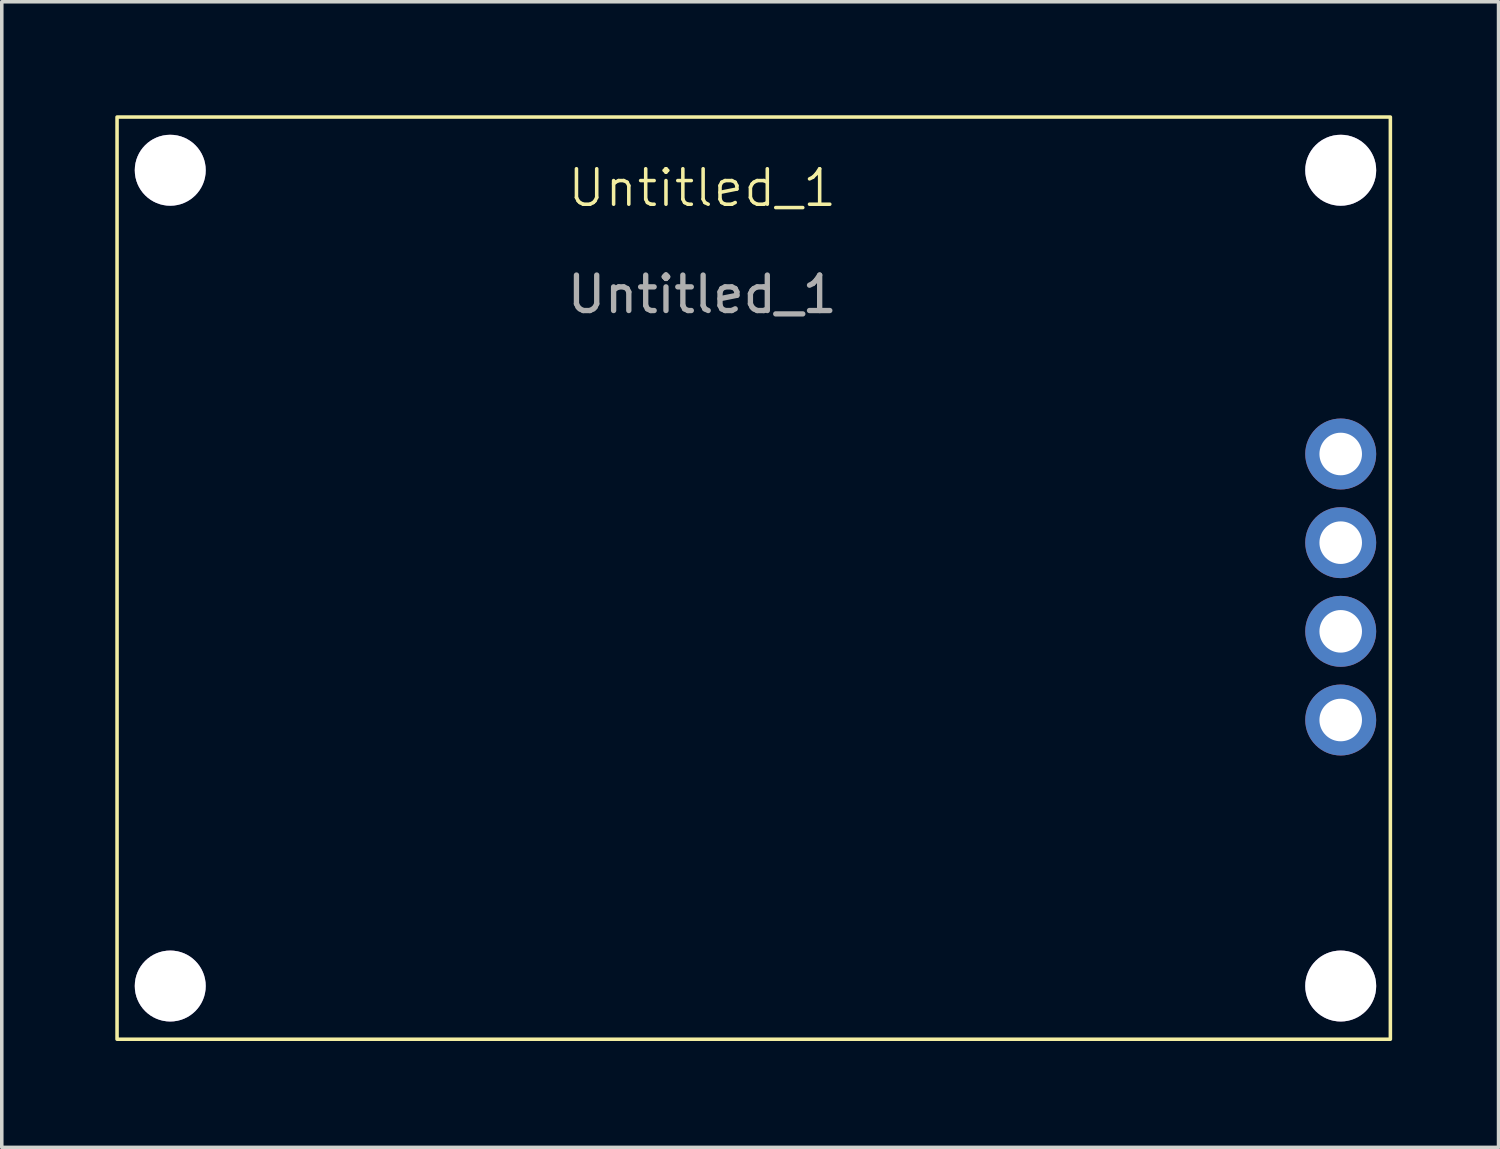
<source format=kicad_pcb>
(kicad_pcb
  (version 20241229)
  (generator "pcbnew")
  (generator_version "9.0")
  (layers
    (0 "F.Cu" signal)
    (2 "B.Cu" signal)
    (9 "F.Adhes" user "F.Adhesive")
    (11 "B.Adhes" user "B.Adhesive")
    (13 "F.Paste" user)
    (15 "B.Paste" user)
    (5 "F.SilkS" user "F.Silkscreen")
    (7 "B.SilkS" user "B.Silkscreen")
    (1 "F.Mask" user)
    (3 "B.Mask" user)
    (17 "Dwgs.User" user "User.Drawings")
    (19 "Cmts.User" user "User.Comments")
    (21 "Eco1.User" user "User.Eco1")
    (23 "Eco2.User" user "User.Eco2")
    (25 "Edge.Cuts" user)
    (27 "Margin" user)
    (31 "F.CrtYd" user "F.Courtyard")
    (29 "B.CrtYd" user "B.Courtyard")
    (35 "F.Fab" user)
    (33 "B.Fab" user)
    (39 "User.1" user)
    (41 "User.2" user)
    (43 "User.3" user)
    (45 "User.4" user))
  (footprint "Untitled_1"
    (layer "F.Cu")
    (at 0.25 0.25)
    (property "Reference" "Untitled_1" (at 16.5 2 0) (unlocked yes) (layer "F.SilkS") (effects (font (size 1 1) (thickness 0.1))))
    (attr through_hole)
    (fp_rect (start 0 26) (end 35.9 0) (stroke (width 0.1) (type solid)) (fill no) (layer "F.SilkS"))
    (fp_text user "${REFERENCE}" (at 16.5 5 0) (unlocked yes) (layer "F.Fab") (effects (font (size 1 1) (thickness 0.15))))
    (pad "" thru_hole circle (at 1.5 1.5) (size 2 2) (drill 2) (layers "*.Cu" "*.Mask"))
    (pad "" thru_hole circle (at 1.5 24.5) (size 2 2) (drill 2) (layers "*.Cu" "*.Mask"))
    (pad "" thru_hole circle (at 34.5 1.5) (size 2 2) (drill 2) (layers "*.Cu" "*.Mask"))
    (pad "" thru_hole circle (at 34.5 24.5) (size 2 2) (drill 2) (layers "*.Cu" "*.Mask"))
    (pad "1" thru_hole circle (at 34.5 9.5) (size 2 2) (drill 1.2) (layers "*.Cu" "*.Mask"))
    (pad "2" thru_hole circle (at 34.5 12) (size 2 2) (drill 1.2) (layers "*.Cu" "*.Mask"))
    (pad "3" thru_hole circle (at 34.5 14.5) (size 2 2) (drill 1.2) (layers "*.Cu" "*.Mask"))
    (pad "4" thru_hole circle (at 34.5 17) (size 2 2) (drill 1.2) (layers "*.Cu" "*.Mask")))
  (gr_rect
    (start -3 -3)
    (end 39.2 29.3)
    (stroke (width 0.1) (type default))
    (fill no)
    (layer "Edge.Cuts")))
</source>
